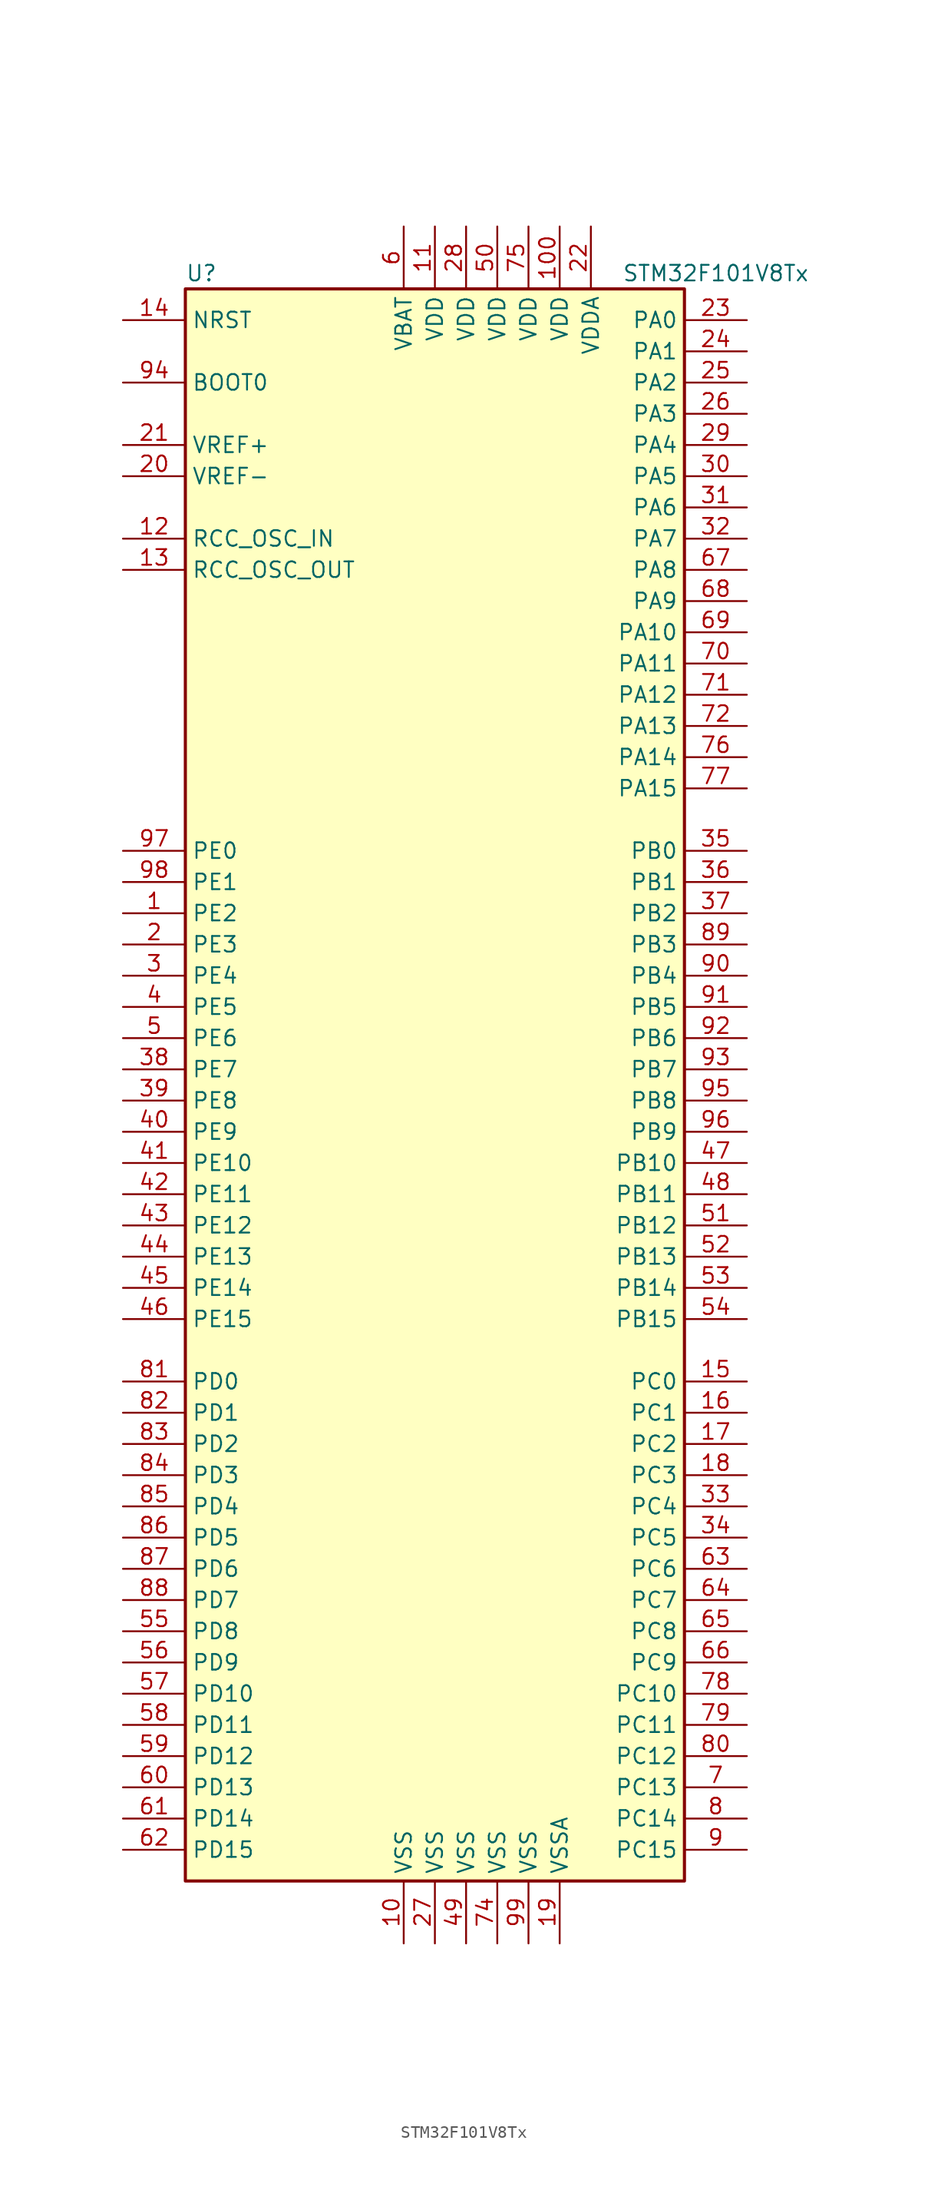
<source format=kicad_sym>
(kicad_symbol_lib
  (version 20201005)
  (generator kicad_symbol_editor)
  (symbol "MCU_ST_STM32F1:STM32F101V8Tx"
    (property "Reference" "U"
      (at -20.32 64.77 0)
      (effects (font (size 1.27 1.27)) (justify left)))
    (property "Value" "STM32F101V8Tx"
      (at 15.24 64.77 0)
      (effects (font (size 1.27 1.27)) (justify left)))
    (symbol "STM32F101V8Tx_0_1"
      (rectangle (start -20.32 -66.04) (end 20.32 63.5) (stroke (width 0.254)) (fill (type background))))
    (symbol "STM32F101V8Tx_1_1"
      (pin input line (at -25.4 55.88 0) (length 5.08) (name "BOOT0" (effects (font (size 1.27 1.27)))) (number "94" (effects (font (size 1.27 1.27)))))
      (pin no_connect line (at -20.32 -63.5 0) (length 5.08) hide (name "NC" (effects (font (size 1.27 1.27)))) (number "73" (effects (font (size 1.27 1.27)))))
      (pin input line (at -25.4 60.96 0) (length 5.08) (name "NRST" (effects (font (size 1.27 1.27)))) (number "14" (effects (font (size 1.27 1.27)))))
      (pin bidirectional line (at 25.4 60.96 180) (length 5.08) (name "PA0" (effects (font (size 1.27 1.27)))) (number "23" (effects (font (size 1.27 1.27)))))
      (pin bidirectional line (at 25.4 58.42 180) (length 5.08) (name "PA1" (effects (font (size 1.27 1.27)))) (number "24" (effects (font (size 1.27 1.27)))))
      (pin bidirectional line (at 25.4 35.56 180) (length 5.08) (name "PA10" (effects (font (size 1.27 1.27)))) (number "69" (effects (font (size 1.27 1.27)))))
      (pin bidirectional line (at 25.4 33.02 180) (length 5.08) (name "PA11" (effects (font (size 1.27 1.27)))) (number "70" (effects (font (size 1.27 1.27)))))
      (pin bidirectional line (at 25.4 30.48 180) (length 5.08) (name "PA12" (effects (font (size 1.27 1.27)))) (number "71" (effects (font (size 1.27 1.27)))))
      (pin bidirectional line (at 25.4 27.94 180) (length 5.08) (name "PA13" (effects (font (size 1.27 1.27)))) (number "72" (effects (font (size 1.27 1.27)))))
      (pin bidirectional line (at 25.4 25.4 180) (length 5.08) (name "PA14" (effects (font (size 1.27 1.27)))) (number "76" (effects (font (size 1.27 1.27)))))
      (pin bidirectional line (at 25.4 22.86 180) (length 5.08) (name "PA15" (effects (font (size 1.27 1.27)))) (number "77" (effects (font (size 1.27 1.27)))))
      (pin bidirectional line (at 25.4 55.88 180) (length 5.08) (name "PA2" (effects (font (size 1.27 1.27)))) (number "25" (effects (font (size 1.27 1.27)))))
      (pin bidirectional line (at 25.4 53.34 180) (length 5.08) (name "PA3" (effects (font (size 1.27 1.27)))) (number "26" (effects (font (size 1.27 1.27)))))
      (pin bidirectional line (at 25.4 50.8 180) (length 5.08) (name "PA4" (effects (font (size 1.27 1.27)))) (number "29" (effects (font (size 1.27 1.27)))))
      (pin bidirectional line (at 25.4 48.26 180) (length 5.08) (name "PA5" (effects (font (size 1.27 1.27)))) (number "30" (effects (font (size 1.27 1.27)))))
      (pin bidirectional line (at 25.4 45.72 180) (length 5.08) (name "PA6" (effects (font (size 1.27 1.27)))) (number "31" (effects (font (size 1.27 1.27)))))
      (pin bidirectional line (at 25.4 43.18 180) (length 5.08) (name "PA7" (effects (font (size 1.27 1.27)))) (number "32" (effects (font (size 1.27 1.27)))))
      (pin bidirectional line (at 25.4 40.64 180) (length 5.08) (name "PA8" (effects (font (size 1.27 1.27)))) (number "67" (effects (font (size 1.27 1.27)))))
      (pin bidirectional line (at 25.4 38.1 180) (length 5.08) (name "PA9" (effects (font (size 1.27 1.27)))) (number "68" (effects (font (size 1.27 1.27)))))
      (pin bidirectional line (at 25.4 17.78 180) (length 5.08) (name "PB0" (effects (font (size 1.27 1.27)))) (number "35" (effects (font (size 1.27 1.27)))))
      (pin bidirectional line (at 25.4 15.24 180) (length 5.08) (name "PB1" (effects (font (size 1.27 1.27)))) (number "36" (effects (font (size 1.27 1.27)))))
      (pin bidirectional line (at 25.4 -7.62 180) (length 5.08) (name "PB10" (effects (font (size 1.27 1.27)))) (number "47" (effects (font (size 1.27 1.27)))))
      (pin bidirectional line (at 25.4 -10.16 180) (length 5.08) (name "PB11" (effects (font (size 1.27 1.27)))) (number "48" (effects (font (size 1.27 1.27)))))
      (pin bidirectional line (at 25.4 -12.7 180) (length 5.08) (name "PB12" (effects (font (size 1.27 1.27)))) (number "51" (effects (font (size 1.27 1.27)))))
      (pin bidirectional line (at 25.4 -15.24 180) (length 5.08) (name "PB13" (effects (font (size 1.27 1.27)))) (number "52" (effects (font (size 1.27 1.27)))))
      (pin bidirectional line (at 25.4 -17.78 180) (length 5.08) (name "PB14" (effects (font (size 1.27 1.27)))) (number "53" (effects (font (size 1.27 1.27)))))
      (pin bidirectional line (at 25.4 -20.32 180) (length 5.08) (name "PB15" (effects (font (size 1.27 1.27)))) (number "54" (effects (font (size 1.27 1.27)))))
      (pin bidirectional line (at 25.4 12.7 180) (length 5.08) (name "PB2" (effects (font (size 1.27 1.27)))) (number "37" (effects (font (size 1.27 1.27)))))
      (pin bidirectional line (at 25.4 10.16 180) (length 5.08) (name "PB3" (effects (font (size 1.27 1.27)))) (number "89" (effects (font (size 1.27 1.27)))))
      (pin bidirectional line (at 25.4 7.62 180) (length 5.08) (name "PB4" (effects (font (size 1.27 1.27)))) (number "90" (effects (font (size 1.27 1.27)))))
      (pin bidirectional line (at 25.4 5.08 180) (length 5.08) (name "PB5" (effects (font (size 1.27 1.27)))) (number "91" (effects (font (size 1.27 1.27)))))
      (pin bidirectional line (at 25.4 2.54 180) (length 5.08) (name "PB6" (effects (font (size 1.27 1.27)))) (number "92" (effects (font (size 1.27 1.27)))))
      (pin bidirectional line (at 25.4 0 180) (length 5.08) (name "PB7" (effects (font (size 1.27 1.27)))) (number "93" (effects (font (size 1.27 1.27)))))
      (pin bidirectional line (at 25.4 -2.54 180) (length 5.08) (name "PB8" (effects (font (size 1.27 1.27)))) (number "95" (effects (font (size 1.27 1.27)))))
      (pin bidirectional line (at 25.4 -5.08 180) (length 5.08) (name "PB9" (effects (font (size 1.27 1.27)))) (number "96" (effects (font (size 1.27 1.27)))))
      (pin bidirectional line (at 25.4 -25.4 180) (length 5.08) (name "PC0" (effects (font (size 1.27 1.27)))) (number "15" (effects (font (size 1.27 1.27)))))
      (pin bidirectional line (at 25.4 -27.94 180) (length 5.08) (name "PC1" (effects (font (size 1.27 1.27)))) (number "16" (effects (font (size 1.27 1.27)))))
      (pin bidirectional line (at 25.4 -50.8 180) (length 5.08) (name "PC10" (effects (font (size 1.27 1.27)))) (number "78" (effects (font (size 1.27 1.27)))))
      (pin bidirectional line (at 25.4 -53.34 180) (length 5.08) (name "PC11" (effects (font (size 1.27 1.27)))) (number "79" (effects (font (size 1.27 1.27)))))
      (pin bidirectional line (at 25.4 -55.88 180) (length 5.08) (name "PC12" (effects (font (size 1.27 1.27)))) (number "80" (effects (font (size 1.27 1.27)))))
      (pin bidirectional line (at 25.4 -58.42 180) (length 5.08) (name "PC13" (effects (font (size 1.27 1.27)))) (number "7" (effects (font (size 1.27 1.27)))))
      (pin bidirectional line (at 25.4 -60.96 180) (length 5.08) (name "PC14" (effects (font (size 1.27 1.27)))) (number "8" (effects (font (size 1.27 1.27)))))
      (pin bidirectional line (at 25.4 -63.5 180) (length 5.08) (name "PC15" (effects (font (size 1.27 1.27)))) (number "9" (effects (font (size 1.27 1.27)))))
      (pin bidirectional line (at 25.4 -30.48 180) (length 5.08) (name "PC2" (effects (font (size 1.27 1.27)))) (number "17" (effects (font (size 1.27 1.27)))))
      (pin bidirectional line (at 25.4 -33.02 180) (length 5.08) (name "PC3" (effects (font (size 1.27 1.27)))) (number "18" (effects (font (size 1.27 1.27)))))
      (pin bidirectional line (at 25.4 -35.56 180) (length 5.08) (name "PC4" (effects (font (size 1.27 1.27)))) (number "33" (effects (font (size 1.27 1.27)))))
      (pin bidirectional line (at 25.4 -38.1 180) (length 5.08) (name "PC5" (effects (font (size 1.27 1.27)))) (number "34" (effects (font (size 1.27 1.27)))))
      (pin bidirectional line (at 25.4 -40.64 180) (length 5.08) (name "PC6" (effects (font (size 1.27 1.27)))) (number "63" (effects (font (size 1.27 1.27)))))
      (pin bidirectional line (at 25.4 -43.18 180) (length 5.08) (name "PC7" (effects (font (size 1.27 1.27)))) (number "64" (effects (font (size 1.27 1.27)))))
      (pin bidirectional line (at 25.4 -45.72 180) (length 5.08) (name "PC8" (effects (font (size 1.27 1.27)))) (number "65" (effects (font (size 1.27 1.27)))))
      (pin bidirectional line (at 25.4 -48.26 180) (length 5.08) (name "PC9" (effects (font (size 1.27 1.27)))) (number "66" (effects (font (size 1.27 1.27)))))
      (pin bidirectional line (at -25.4 -25.4 0) (length 5.08) (name "PD0" (effects (font (size 1.27 1.27)))) (number "81" (effects (font (size 1.27 1.27)))))
      (pin bidirectional line (at -25.4 -27.94 0) (length 5.08) (name "PD1" (effects (font (size 1.27 1.27)))) (number "82" (effects (font (size 1.27 1.27)))))
      (pin bidirectional line (at -25.4 -50.8 0) (length 5.08) (name "PD10" (effects (font (size 1.27 1.27)))) (number "57" (effects (font (size 1.27 1.27)))))
      (pin bidirectional line (at -25.4 -53.34 0) (length 5.08) (name "PD11" (effects (font (size 1.27 1.27)))) (number "58" (effects (font (size 1.27 1.27)))))
      (pin bidirectional line (at -25.4 -55.88 0) (length 5.08) (name "PD12" (effects (font (size 1.27 1.27)))) (number "59" (effects (font (size 1.27 1.27)))))
      (pin bidirectional line (at -25.4 -58.42 0) (length 5.08) (name "PD13" (effects (font (size 1.27 1.27)))) (number "60" (effects (font (size 1.27 1.27)))))
      (pin bidirectional line (at -25.4 -60.96 0) (length 5.08) (name "PD14" (effects (font (size 1.27 1.27)))) (number "61" (effects (font (size 1.27 1.27)))))
      (pin bidirectional line (at -25.4 -63.5 0) (length 5.08) (name "PD15" (effects (font (size 1.27 1.27)))) (number "62" (effects (font (size 1.27 1.27)))))
      (pin bidirectional line (at -25.4 -30.48 0) (length 5.08) (name "PD2" (effects (font (size 1.27 1.27)))) (number "83" (effects (font (size 1.27 1.27)))))
      (pin bidirectional line (at -25.4 -33.02 0) (length 5.08) (name "PD3" (effects (font (size 1.27 1.27)))) (number "84" (effects (font (size 1.27 1.27)))))
      (pin bidirectional line (at -25.4 -35.56 0) (length 5.08) (name "PD4" (effects (font (size 1.27 1.27)))) (number "85" (effects (font (size 1.27 1.27)))))
      (pin bidirectional line (at -25.4 -38.1 0) (length 5.08) (name "PD5" (effects (font (size 1.27 1.27)))) (number "86" (effects (font (size 1.27 1.27)))))
      (pin bidirectional line (at -25.4 -40.64 0) (length 5.08) (name "PD6" (effects (font (size 1.27 1.27)))) (number "87" (effects (font (size 1.27 1.27)))))
      (pin bidirectional line (at -25.4 -43.18 0) (length 5.08) (name "PD7" (effects (font (size 1.27 1.27)))) (number "88" (effects (font (size 1.27 1.27)))))
      (pin bidirectional line (at -25.4 -45.72 0) (length 5.08) (name "PD8" (effects (font (size 1.27 1.27)))) (number "55" (effects (font (size 1.27 1.27)))))
      (pin bidirectional line (at -25.4 -48.26 0) (length 5.08) (name "PD9" (effects (font (size 1.27 1.27)))) (number "56" (effects (font (size 1.27 1.27)))))
      (pin bidirectional line (at -25.4 17.78 0) (length 5.08) (name "PE0" (effects (font (size 1.27 1.27)))) (number "97" (effects (font (size 1.27 1.27)))))
      (pin bidirectional line (at -25.4 15.24 0) (length 5.08) (name "PE1" (effects (font (size 1.27 1.27)))) (number "98" (effects (font (size 1.27 1.27)))))
      (pin bidirectional line (at -25.4 -7.62 0) (length 5.08) (name "PE10" (effects (font (size 1.27 1.27)))) (number "41" (effects (font (size 1.27 1.27)))))
      (pin bidirectional line (at -25.4 -10.16 0) (length 5.08) (name "PE11" (effects (font (size 1.27 1.27)))) (number "42" (effects (font (size 1.27 1.27)))))
      (pin bidirectional line (at -25.4 -12.7 0) (length 5.08) (name "PE12" (effects (font (size 1.27 1.27)))) (number "43" (effects (font (size 1.27 1.27)))))
      (pin bidirectional line (at -25.4 -15.24 0) (length 5.08) (name "PE13" (effects (font (size 1.27 1.27)))) (number "44" (effects (font (size 1.27 1.27)))))
      (pin bidirectional line (at -25.4 -17.78 0) (length 5.08) (name "PE14" (effects (font (size 1.27 1.27)))) (number "45" (effects (font (size 1.27 1.27)))))
      (pin bidirectional line (at -25.4 -20.32 0) (length 5.08) (name "PE15" (effects (font (size 1.27 1.27)))) (number "46" (effects (font (size 1.27 1.27)))))
      (pin bidirectional line (at -25.4 12.7 0) (length 5.08) (name "PE2" (effects (font (size 1.27 1.27)))) (number "1" (effects (font (size 1.27 1.27)))))
      (pin bidirectional line (at -25.4 10.16 0) (length 5.08) (name "PE3" (effects (font (size 1.27 1.27)))) (number "2" (effects (font (size 1.27 1.27)))))
      (pin bidirectional line (at -25.4 7.62 0) (length 5.08) (name "PE4" (effects (font (size 1.27 1.27)))) (number "3" (effects (font (size 1.27 1.27)))))
      (pin bidirectional line (at -25.4 5.08 0) (length 5.08) (name "PE5" (effects (font (size 1.27 1.27)))) (number "4" (effects (font (size 1.27 1.27)))))
      (pin bidirectional line (at -25.4 2.54 0) (length 5.08) (name "PE6" (effects (font (size 1.27 1.27)))) (number "5" (effects (font (size 1.27 1.27)))))
      (pin bidirectional line (at -25.4 0 0) (length 5.08) (name "PE7" (effects (font (size 1.27 1.27)))) (number "38" (effects (font (size 1.27 1.27)))))
      (pin bidirectional line (at -25.4 -2.54 0) (length 5.08) (name "PE8" (effects (font (size 1.27 1.27)))) (number "39" (effects (font (size 1.27 1.27)))))
      (pin bidirectional line (at -25.4 -5.08 0) (length 5.08) (name "PE9" (effects (font (size 1.27 1.27)))) (number "40" (effects (font (size 1.27 1.27)))))
      (pin input line (at -25.4 43.18 0) (length 5.08) (name "RCC_OSC_IN" (effects (font (size 1.27 1.27)))) (number "12" (effects (font (size 1.27 1.27)))))
      (pin input line (at -25.4 40.64 0) (length 5.08) (name "RCC_OSC_OUT" (effects (font (size 1.27 1.27)))) (number "13" (effects (font (size 1.27 1.27)))))
      (pin power_in line (at -2.54 68.58 270) (length 5.08) (name "VBAT" (effects (font (size 1.27 1.27)))) (number "6" (effects (font (size 1.27 1.27)))))
      (pin power_in line (at 10.16 68.58 270) (length 5.08) (name "VDD" (effects (font (size 1.27 1.27)))) (number "100" (effects (font (size 1.27 1.27)))))
      (pin power_in line (at 0 68.58 270) (length 5.08) (name "VDD" (effects (font (size 1.27 1.27)))) (number "11" (effects (font (size 1.27 1.27)))))
      (pin power_in line (at 2.54 68.58 270) (length 5.08) (name "VDD" (effects (font (size 1.27 1.27)))) (number "28" (effects (font (size 1.27 1.27)))))
      (pin power_in line (at 5.08 68.58 270) (length 5.08) (name "VDD" (effects (font (size 1.27 1.27)))) (number "50" (effects (font (size 1.27 1.27)))))
      (pin power_in line (at 7.62 68.58 270) (length 5.08) (name "VDD" (effects (font (size 1.27 1.27)))) (number "75" (effects (font (size 1.27 1.27)))))
      (pin power_in line (at 12.7 68.58 270) (length 5.08) (name "VDDA" (effects (font (size 1.27 1.27)))) (number "22" (effects (font (size 1.27 1.27)))))
      (pin power_in line (at -25.4 50.8 0) (length 5.08) (name "VREF+" (effects (font (size 1.27 1.27)))) (number "21" (effects (font (size 1.27 1.27)))))
      (pin power_in line (at -25.4 48.26 0) (length 5.08) (name "VREF-" (effects (font (size 1.27 1.27)))) (number "20" (effects (font (size 1.27 1.27)))))
      (pin power_in line (at -2.54 -71.12 90) (length 5.08) (name "VSS" (effects (font (size 1.27 1.27)))) (number "10" (effects (font (size 1.27 1.27)))))
      (pin power_in line (at 0 -71.12 90) (length 5.08) (name "VSS" (effects (font (size 1.27 1.27)))) (number "27" (effects (font (size 1.27 1.27)))))
      (pin power_in line (at 2.54 -71.12 90) (length 5.08) (name "VSS" (effects (font (size 1.27 1.27)))) (number "49" (effects (font (size 1.27 1.27)))))
      (pin power_in line (at 5.08 -71.12 90) (length 5.08) (name "VSS" (effects (font (size 1.27 1.27)))) (number "74" (effects (font (size 1.27 1.27)))))
      (pin power_in line (at 7.62 -71.12 90) (length 5.08) (name "VSS" (effects (font (size 1.27 1.27)))) (number "99" (effects (font (size 1.27 1.27)))))
      (pin power_in line (at 10.16 -71.12 90) (length 5.08) (name "VSSA" (effects (font (size 1.27 1.27)))) (number "19" (effects (font (size 1.27 1.27))))))))
</source>
